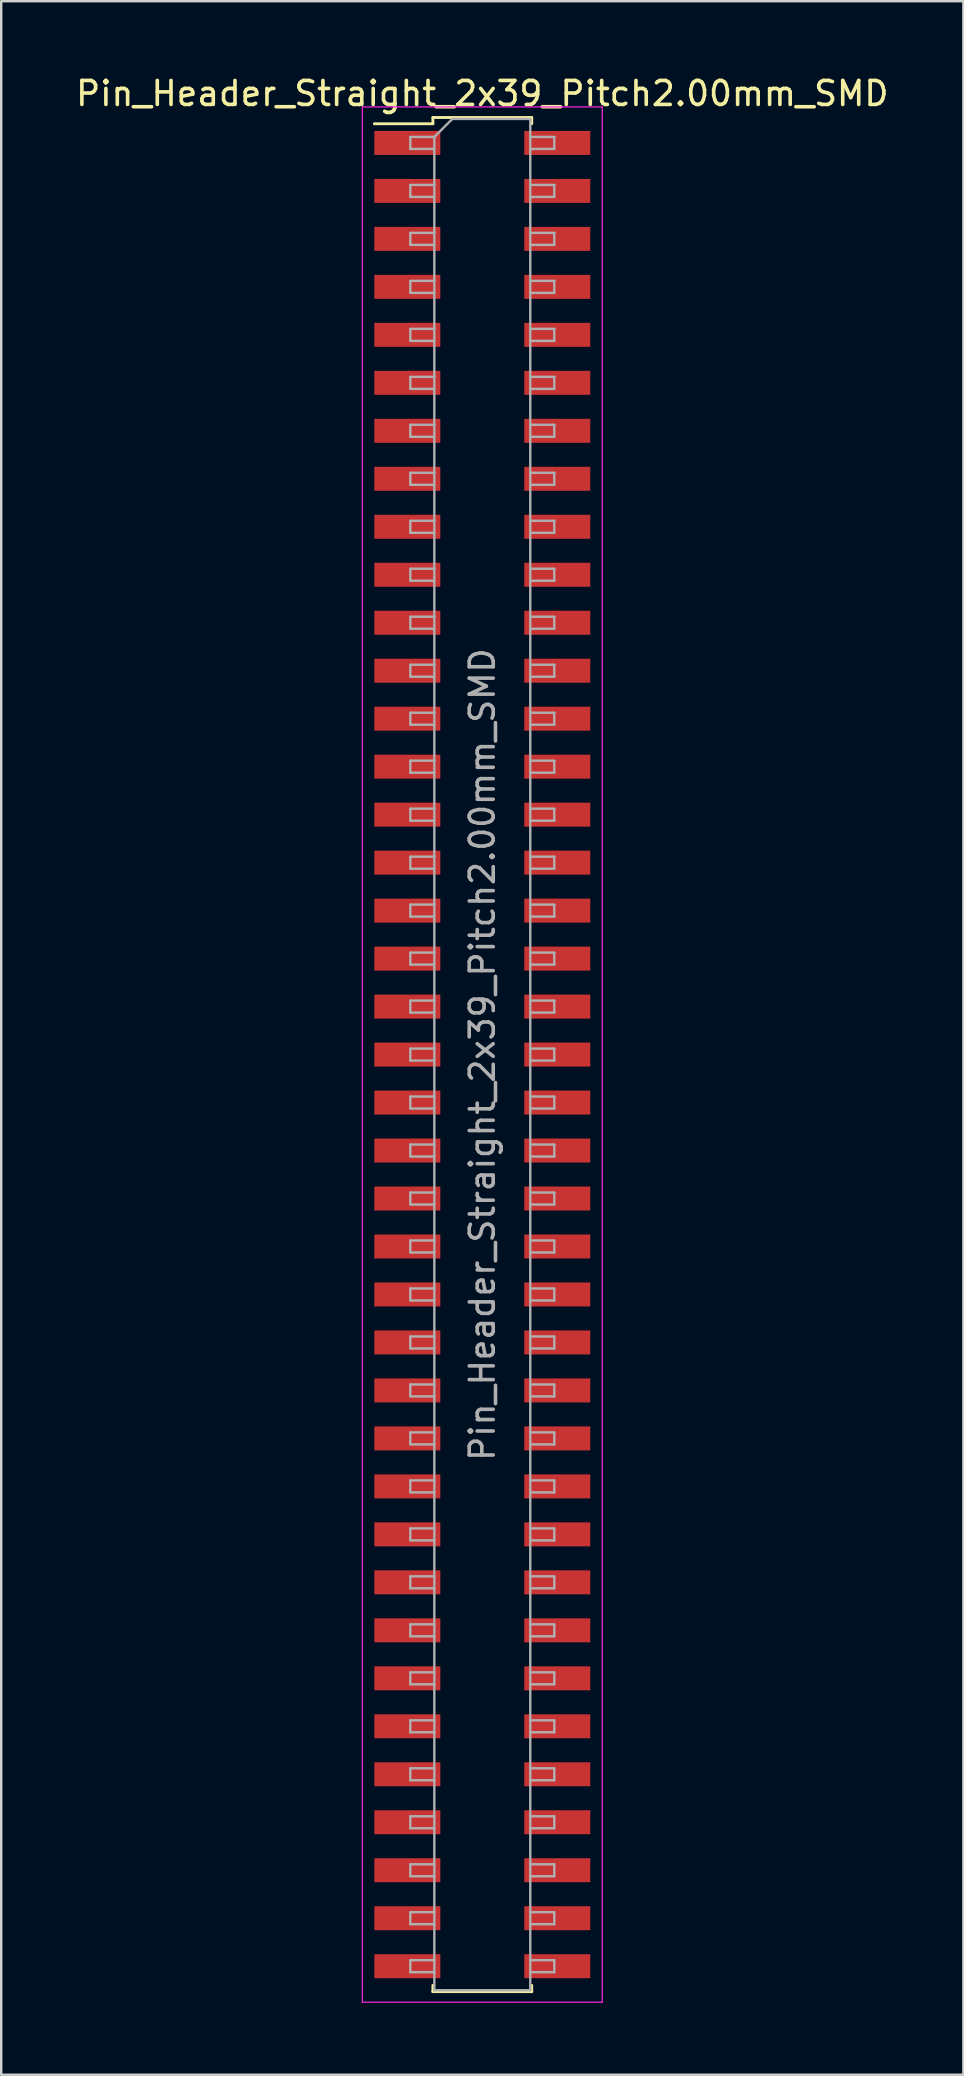
<source format=kicad_pcb>
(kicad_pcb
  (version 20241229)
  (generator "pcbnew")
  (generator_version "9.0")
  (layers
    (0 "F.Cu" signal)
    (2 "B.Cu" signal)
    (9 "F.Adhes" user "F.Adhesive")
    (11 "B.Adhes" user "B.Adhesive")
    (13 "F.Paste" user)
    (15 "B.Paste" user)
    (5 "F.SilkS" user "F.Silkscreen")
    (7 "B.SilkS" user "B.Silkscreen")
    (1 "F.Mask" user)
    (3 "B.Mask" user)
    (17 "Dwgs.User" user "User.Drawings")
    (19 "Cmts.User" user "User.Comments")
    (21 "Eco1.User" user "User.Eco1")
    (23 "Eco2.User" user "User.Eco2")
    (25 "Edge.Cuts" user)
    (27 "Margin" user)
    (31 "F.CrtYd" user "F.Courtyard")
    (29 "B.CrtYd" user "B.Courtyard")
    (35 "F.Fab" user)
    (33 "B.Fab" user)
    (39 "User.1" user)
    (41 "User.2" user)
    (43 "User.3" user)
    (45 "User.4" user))
  (footprint "Pin_Header_Straight_2x39_Pitch2.00mm_SMD"
    (layer "F.Cu")
    (at 17.054 40.908)
    (property "Reference" "Pin_Header_Straight_2x39_Pitch2.00mm_SMD" (at 0 -40.06 0) (layer "F.SilkS") (effects (font (size 1 1) (thickness 0.15))))
    (attr smd)
    (fp_line (start -4.5 -38.8) (end -2.06 -38.8) (stroke (width 0.12) (type solid)) (layer "F.SilkS"))
    (fp_line (start -2.06 -39.06) (end 2.06 -39.06) (stroke (width 0.12) (type solid)) (layer "F.SilkS"))
    (fp_line (start -2.06 -38.8) (end -2.06 -39.06) (stroke (width 0.12) (type solid)) (layer "F.SilkS"))
    (fp_line (start -2.06 38.8) (end -2.06 39.06) (stroke (width 0.12) (type solid)) (layer "F.SilkS"))
    (fp_line (start -2.06 39.06) (end 2.06 39.06) (stroke (width 0.12) (type solid)) (layer "F.SilkS"))
    (fp_line (start 2.06 -39.06) (end 2.06 -38.8) (stroke (width 0.12) (type solid)) (layer "F.SilkS"))
    (fp_line (start 2.06 39.06) (end 2.06 38.8) (stroke (width 0.12) (type solid)) (layer "F.SilkS"))
    (fp_line (start -5 -39.5) (end -5 39.5) (stroke (width 0.05) (type solid)) (layer "F.CrtYd"))
    (fp_line (start -5 39.5) (end 5 39.5) (stroke (width 0.05) (type solid)) (layer "F.CrtYd"))
    (fp_line (start 5 -39.5) (end -5 -39.5) (stroke (width 0.05) (type solid)) (layer "F.CrtYd"))
    (fp_line (start 5 39.5) (end 5 -39.5) (stroke (width 0.05) (type solid)) (layer "F.CrtYd"))
    (fp_line (start -3 -38.25) (end -3 -37.75) (stroke (width 0.1) (type solid)) (layer "F.Fab"))
    (fp_line (start -3 -37.75) (end -2 -37.75) (stroke (width 0.1) (type solid)) (layer "F.Fab"))
    (fp_line (start -3 -36.25) (end -3 -35.75) (stroke (width 0.1) (type solid)) (layer "F.Fab"))
    (fp_line (start -3 -35.75) (end -2 -35.75) (stroke (width 0.1) (type solid)) (layer "F.Fab"))
    (fp_line (start -3 -34.25) (end -3 -33.75) (stroke (width 0.1) (type solid)) (layer "F.Fab"))
    (fp_line (start -3 -33.75) (end -2 -33.75) (stroke (width 0.1) (type solid)) (layer "F.Fab"))
    (fp_line (start -3 -32.25) (end -3 -31.75) (stroke (width 0.1) (type solid)) (layer "F.Fab"))
    (fp_line (start -3 -31.75) (end -2 -31.75) (stroke (width 0.1) (type solid)) (layer "F.Fab"))
    (fp_line (start -3 -30.25) (end -3 -29.75) (stroke (width 0.1) (type solid)) (layer "F.Fab"))
    (fp_line (start -3 -29.75) (end -2 -29.75) (stroke (width 0.1) (type solid)) (layer "F.Fab"))
    (fp_line (start -3 -28.25) (end -3 -27.75) (stroke (width 0.1) (type solid)) (layer "F.Fab"))
    (fp_line (start -3 -27.75) (end -2 -27.75) (stroke (width 0.1) (type solid)) (layer "F.Fab"))
    (fp_line (start -3 -26.25) (end -3 -25.75) (stroke (width 0.1) (type solid)) (layer "F.Fab"))
    (fp_line (start -3 -25.75) (end -2 -25.75) (stroke (width 0.1) (type solid)) (layer "F.Fab"))
    (fp_line (start -3 -24.25) (end -3 -23.75) (stroke (width 0.1) (type solid)) (layer "F.Fab"))
    (fp_line (start -3 -23.75) (end -2 -23.75) (stroke (width 0.1) (type solid)) (layer "F.Fab"))
    (fp_line (start -3 -22.25) (end -3 -21.75) (stroke (width 0.1) (type solid)) (layer "F.Fab"))
    (fp_line (start -3 -21.75) (end -2 -21.75) (stroke (width 0.1) (type solid)) (layer "F.Fab"))
    (fp_line (start -3 -20.25) (end -3 -19.75) (stroke (width 0.1) (type solid)) (layer "F.Fab"))
    (fp_line (start -3 -19.75) (end -2 -19.75) (stroke (width 0.1) (type solid)) (layer "F.Fab"))
    (fp_line (start -3 -18.25) (end -3 -17.75) (stroke (width 0.1) (type solid)) (layer "F.Fab"))
    (fp_line (start -3 -17.75) (end -2 -17.75) (stroke (width 0.1) (type solid)) (layer "F.Fab"))
    (fp_line (start -3 -16.25) (end -3 -15.75) (stroke (width 0.1) (type solid)) (layer "F.Fab"))
    (fp_line (start -3 -15.75) (end -2 -15.75) (stroke (width 0.1) (type solid)) (layer "F.Fab"))
    (fp_line (start -3 -14.25) (end -3 -13.75) (stroke (width 0.1) (type solid)) (layer "F.Fab"))
    (fp_line (start -3 -13.75) (end -2 -13.75) (stroke (width 0.1) (type solid)) (layer "F.Fab"))
    (fp_line (start -3 -12.25) (end -3 -11.75) (stroke (width 0.1) (type solid)) (layer "F.Fab"))
    (fp_line (start -3 -11.75) (end -2 -11.75) (stroke (width 0.1) (type solid)) (layer "F.Fab"))
    (fp_line (start -3 -10.25) (end -3 -9.75) (stroke (width 0.1) (type solid)) (layer "F.Fab"))
    (fp_line (start -3 -9.75) (end -2 -9.75) (stroke (width 0.1) (type solid)) (layer "F.Fab"))
    (fp_line (start -3 -8.25) (end -3 -7.75) (stroke (width 0.1) (type solid)) (layer "F.Fab"))
    (fp_line (start -3 -7.75) (end -2 -7.75) (stroke (width 0.1) (type solid)) (layer "F.Fab"))
    (fp_line (start -3 -6.25) (end -3 -5.75) (stroke (width 0.1) (type solid)) (layer "F.Fab"))
    (fp_line (start -3 -5.75) (end -2 -5.75) (stroke (width 0.1) (type solid)) (layer "F.Fab"))
    (fp_line (start -3 -4.25) (end -3 -3.75) (stroke (width 0.1) (type solid)) (layer "F.Fab"))
    (fp_line (start -3 -3.75) (end -2 -3.75) (stroke (width 0.1) (type solid)) (layer "F.Fab"))
    (fp_line (start -3 -2.25) (end -3 -1.75) (stroke (width 0.1) (type solid)) (layer "F.Fab"))
    (fp_line (start -3 -1.75) (end -2 -1.75) (stroke (width 0.1) (type solid)) (layer "F.Fab"))
    (fp_line (start -3 -0.25) (end -3 0.25) (stroke (width 0.1) (type solid)) (layer "F.Fab"))
    (fp_line (start -3 0.25) (end -2 0.25) (stroke (width 0.1) (type solid)) (layer "F.Fab"))
    (fp_line (start -3 1.75) (end -3 2.25) (stroke (width 0.1) (type solid)) (layer "F.Fab"))
    (fp_line (start -3 2.25) (end -2 2.25) (stroke (width 0.1) (type solid)) (layer "F.Fab"))
    (fp_line (start -3 3.75) (end -3 4.25) (stroke (width 0.1) (type solid)) (layer "F.Fab"))
    (fp_line (start -3 4.25) (end -2 4.25) (stroke (width 0.1) (type solid)) (layer "F.Fab"))
    (fp_line (start -3 5.75) (end -3 6.25) (stroke (width 0.1) (type solid)) (layer "F.Fab"))
    (fp_line (start -3 6.25) (end -2 6.25) (stroke (width 0.1) (type solid)) (layer "F.Fab"))
    (fp_line (start -3 7.75) (end -3 8.25) (stroke (width 0.1) (type solid)) (layer "F.Fab"))
    (fp_line (start -3 8.25) (end -2 8.25) (stroke (width 0.1) (type solid)) (layer "F.Fab"))
    (fp_line (start -3 9.75) (end -3 10.25) (stroke (width 0.1) (type solid)) (layer "F.Fab"))
    (fp_line (start -3 10.25) (end -2 10.25) (stroke (width 0.1) (type solid)) (layer "F.Fab"))
    (fp_line (start -3 11.75) (end -3 12.25) (stroke (width 0.1) (type solid)) (layer "F.Fab"))
    (fp_line (start -3 12.25) (end -2 12.25) (stroke (width 0.1) (type solid)) (layer "F.Fab"))
    (fp_line (start -3 13.75) (end -3 14.25) (stroke (width 0.1) (type solid)) (layer "F.Fab"))
    (fp_line (start -3 14.25) (end -2 14.25) (stroke (width 0.1) (type solid)) (layer "F.Fab"))
    (fp_line (start -3 15.75) (end -3 16.25) (stroke (width 0.1) (type solid)) (layer "F.Fab"))
    (fp_line (start -3 16.25) (end -2 16.25) (stroke (width 0.1) (type solid)) (layer "F.Fab"))
    (fp_line (start -3 17.75) (end -3 18.25) (stroke (width 0.1) (type solid)) (layer "F.Fab"))
    (fp_line (start -3 18.25) (end -2 18.25) (stroke (width 0.1) (type solid)) (layer "F.Fab"))
    (fp_line (start -3 19.75) (end -3 20.25) (stroke (width 0.1) (type solid)) (layer "F.Fab"))
    (fp_line (start -3 20.25) (end -2 20.25) (stroke (width 0.1) (type solid)) (layer "F.Fab"))
    (fp_line (start -3 21.75) (end -3 22.25) (stroke (width 0.1) (type solid)) (layer "F.Fab"))
    (fp_line (start -3 22.25) (end -2 22.25) (stroke (width 0.1) (type solid)) (layer "F.Fab"))
    (fp_line (start -3 23.75) (end -3 24.25) (stroke (width 0.1) (type solid)) (layer "F.Fab"))
    (fp_line (start -3 24.25) (end -2 24.25) (stroke (width 0.1) (type solid)) (layer "F.Fab"))
    (fp_line (start -3 25.75) (end -3 26.25) (stroke (width 0.1) (type solid)) (layer "F.Fab"))
    (fp_line (start -3 26.25) (end -2 26.25) (stroke (width 0.1) (type solid)) (layer "F.Fab"))
    (fp_line (start -3 27.75) (end -3 28.25) (stroke (width 0.1) (type solid)) (layer "F.Fab"))
    (fp_line (start -3 28.25) (end -2 28.25) (stroke (width 0.1) (type solid)) (layer "F.Fab"))
    (fp_line (start -3 29.75) (end -3 30.25) (stroke (width 0.1) (type solid)) (layer "F.Fab"))
    (fp_line (start -3 30.25) (end -2 30.25) (stroke (width 0.1) (type solid)) (layer "F.Fab"))
    (fp_line (start -3 31.75) (end -3 32.25) (stroke (width 0.1) (type solid)) (layer "F.Fab"))
    (fp_line (start -3 32.25) (end -2 32.25) (stroke (width 0.1) (type solid)) (layer "F.Fab"))
    (fp_line (start -3 33.75) (end -3 34.25) (stroke (width 0.1) (type solid)) (layer "F.Fab"))
    (fp_line (start -3 34.25) (end -2 34.25) (stroke (width 0.1) (type solid)) (layer "F.Fab"))
    (fp_line (start -3 35.75) (end -3 36.25) (stroke (width 0.1) (type solid)) (layer "F.Fab"))
    (fp_line (start -3 36.25) (end -2 36.25) (stroke (width 0.1) (type solid)) (layer "F.Fab"))
    (fp_line (start -3 37.75) (end -3 38.25) (stroke (width 0.1) (type solid)) (layer "F.Fab"))
    (fp_line (start -3 38.25) (end -2 38.25) (stroke (width 0.1) (type solid)) (layer "F.Fab"))
    (fp_line (start -2 -38.25) (end -3 -38.25) (stroke (width 0.1) (type solid)) (layer "F.Fab"))
    (fp_line (start -2 -38.25) (end -1.25 -39) (stroke (width 0.1) (type solid)) (layer "F.Fab"))
    (fp_line (start -2 -36.25) (end -3 -36.25) (stroke (width 0.1) (type solid)) (layer "F.Fab"))
    (fp_line (start -2 -34.25) (end -3 -34.25) (stroke (width 0.1) (type solid)) (layer "F.Fab"))
    (fp_line (start -2 -32.25) (end -3 -32.25) (stroke (width 0.1) (type solid)) (layer "F.Fab"))
    (fp_line (start -2 -30.25) (end -3 -30.25) (stroke (width 0.1) (type solid)) (layer "F.Fab"))
    (fp_line (start -2 -28.25) (end -3 -28.25) (stroke (width 0.1) (type solid)) (layer "F.Fab"))
    (fp_line (start -2 -26.25) (end -3 -26.25) (stroke (width 0.1) (type solid)) (layer "F.Fab"))
    (fp_line (start -2 -24.25) (end -3 -24.25) (stroke (width 0.1) (type solid)) (layer "F.Fab"))
    (fp_line (start -2 -22.25) (end -3 -22.25) (stroke (width 0.1) (type solid)) (layer "F.Fab"))
    (fp_line (start -2 -20.25) (end -3 -20.25) (stroke (width 0.1) (type solid)) (layer "F.Fab"))
    (fp_line (start -2 -18.25) (end -3 -18.25) (stroke (width 0.1) (type solid)) (layer "F.Fab"))
    (fp_line (start -2 -16.25) (end -3 -16.25) (stroke (width 0.1) (type solid)) (layer "F.Fab"))
    (fp_line (start -2 -14.25) (end -3 -14.25) (stroke (width 0.1) (type solid)) (layer "F.Fab"))
    (fp_line (start -2 -12.25) (end -3 -12.25) (stroke (width 0.1) (type solid)) (layer "F.Fab"))
    (fp_line (start -2 -10.25) (end -3 -10.25) (stroke (width 0.1) (type solid)) (layer "F.Fab"))
    (fp_line (start -2 -8.25) (end -3 -8.25) (stroke (width 0.1) (type solid)) (layer "F.Fab"))
    (fp_line (start -2 -6.25) (end -3 -6.25) (stroke (width 0.1) (type solid)) (layer "F.Fab"))
    (fp_line (start -2 -4.25) (end -3 -4.25) (stroke (width 0.1) (type solid)) (layer "F.Fab"))
    (fp_line (start -2 -2.25) (end -3 -2.25) (stroke (width 0.1) (type solid)) (layer "F.Fab"))
    (fp_line (start -2 -0.25) (end -3 -0.25) (stroke (width 0.1) (type solid)) (layer "F.Fab"))
    (fp_line (start -2 1.75) (end -3 1.75) (stroke (width 0.1) (type solid)) (layer "F.Fab"))
    (fp_line (start -2 3.75) (end -3 3.75) (stroke (width 0.1) (type solid)) (layer "F.Fab"))
    (fp_line (start -2 5.75) (end -3 5.75) (stroke (width 0.1) (type solid)) (layer "F.Fab"))
    (fp_line (start -2 7.75) (end -3 7.75) (stroke (width 0.1) (type solid)) (layer "F.Fab"))
    (fp_line (start -2 9.75) (end -3 9.75) (stroke (width 0.1) (type solid)) (layer "F.Fab"))
    (fp_line (start -2 11.75) (end -3 11.75) (stroke (width 0.1) (type solid)) (layer "F.Fab"))
    (fp_line (start -2 13.75) (end -3 13.75) (stroke (width 0.1) (type solid)) (layer "F.Fab"))
    (fp_line (start -2 15.75) (end -3 15.75) (stroke (width 0.1) (type solid)) (layer "F.Fab"))
    (fp_line (start -2 17.75) (end -3 17.75) (stroke (width 0.1) (type solid)) (layer "F.Fab"))
    (fp_line (start -2 19.75) (end -3 19.75) (stroke (width 0.1) (type solid)) (layer "F.Fab"))
    (fp_line (start -2 21.75) (end -3 21.75) (stroke (width 0.1) (type solid)) (layer "F.Fab"))
    (fp_line (start -2 23.75) (end -3 23.75) (stroke (width 0.1) (type solid)) (layer "F.Fab"))
    (fp_line (start -2 25.75) (end -3 25.75) (stroke (width 0.1) (type solid)) (layer "F.Fab"))
    (fp_line (start -2 27.75) (end -3 27.75) (stroke (width 0.1) (type solid)) (layer "F.Fab"))
    (fp_line (start -2 29.75) (end -3 29.75) (stroke (width 0.1) (type solid)) (layer "F.Fab"))
    (fp_line (start -2 31.75) (end -3 31.75) (stroke (width 0.1) (type solid)) (layer "F.Fab"))
    (fp_line (start -2 33.75) (end -3 33.75) (stroke (width 0.1) (type solid)) (layer "F.Fab"))
    (fp_line (start -2 35.75) (end -3 35.75) (stroke (width 0.1) (type solid)) (layer "F.Fab"))
    (fp_line (start -2 37.75) (end -3 37.75) (stroke (width 0.1) (type solid)) (layer "F.Fab"))
    (fp_line (start -2 39) (end -2 -38.25) (stroke (width 0.1) (type solid)) (layer "F.Fab"))
    (fp_line (start -1.25 -39) (end 2 -39) (stroke (width 0.1) (type solid)) (layer "F.Fab"))
    (fp_line (start 2 -39) (end 2 39) (stroke (width 0.1) (type solid)) (layer "F.Fab"))
    (fp_line (start 2 -38.25) (end 3 -38.25) (stroke (width 0.1) (type solid)) (layer "F.Fab"))
    (fp_line (start 2 -36.25) (end 3 -36.25) (stroke (width 0.1) (type solid)) (layer "F.Fab"))
    (fp_line (start 2 -34.25) (end 3 -34.25) (stroke (width 0.1) (type solid)) (layer "F.Fab"))
    (fp_line (start 2 -32.25) (end 3 -32.25) (stroke (width 0.1) (type solid)) (layer "F.Fab"))
    (fp_line (start 2 -30.25) (end 3 -30.25) (stroke (width 0.1) (type solid)) (layer "F.Fab"))
    (fp_line (start 2 -28.25) (end 3 -28.25) (stroke (width 0.1) (type solid)) (layer "F.Fab"))
    (fp_line (start 2 -26.25) (end 3 -26.25) (stroke (width 0.1) (type solid)) (layer "F.Fab"))
    (fp_line (start 2 -24.25) (end 3 -24.25) (stroke (width 0.1) (type solid)) (layer "F.Fab"))
    (fp_line (start 2 -22.25) (end 3 -22.25) (stroke (width 0.1) (type solid)) (layer "F.Fab"))
    (fp_line (start 2 -20.25) (end 3 -20.25) (stroke (width 0.1) (type solid)) (layer "F.Fab"))
    (fp_line (start 2 -18.25) (end 3 -18.25) (stroke (width 0.1) (type solid)) (layer "F.Fab"))
    (fp_line (start 2 -16.25) (end 3 -16.25) (stroke (width 0.1) (type solid)) (layer "F.Fab"))
    (fp_line (start 2 -14.25) (end 3 -14.25) (stroke (width 0.1) (type solid)) (layer "F.Fab"))
    (fp_line (start 2 -12.25) (end 3 -12.25) (stroke (width 0.1) (type solid)) (layer "F.Fab"))
    (fp_line (start 2 -10.25) (end 3 -10.25) (stroke (width 0.1) (type solid)) (layer "F.Fab"))
    (fp_line (start 2 -8.25) (end 3 -8.25) (stroke (width 0.1) (type solid)) (layer "F.Fab"))
    (fp_line (start 2 -6.25) (end 3 -6.25) (stroke (width 0.1) (type solid)) (layer "F.Fab"))
    (fp_line (start 2 -4.25) (end 3 -4.25) (stroke (width 0.1) (type solid)) (layer "F.Fab"))
    (fp_line (start 2 -2.25) (end 3 -2.25) (stroke (width 0.1) (type solid)) (layer "F.Fab"))
    (fp_line (start 2 -0.25) (end 3 -0.25) (stroke (width 0.1) (type solid)) (layer "F.Fab"))
    (fp_line (start 2 1.75) (end 3 1.75) (stroke (width 0.1) (type solid)) (layer "F.Fab"))
    (fp_line (start 2 3.75) (end 3 3.75) (stroke (width 0.1) (type solid)) (layer "F.Fab"))
    (fp_line (start 2 5.75) (end 3 5.75) (stroke (width 0.1) (type solid)) (layer "F.Fab"))
    (fp_line (start 2 7.75) (end 3 7.75) (stroke (width 0.1) (type solid)) (layer "F.Fab"))
    (fp_line (start 2 9.75) (end 3 9.75) (stroke (width 0.1) (type solid)) (layer "F.Fab"))
    (fp_line (start 2 11.75) (end 3 11.75) (stroke (width 0.1) (type solid)) (layer "F.Fab"))
    (fp_line (start 2 13.75) (end 3 13.75) (stroke (width 0.1) (type solid)) (layer "F.Fab"))
    (fp_line (start 2 15.75) (end 3 15.75) (stroke (width 0.1) (type solid)) (layer "F.Fab"))
    (fp_line (start 2 17.75) (end 3 17.75) (stroke (width 0.1) (type solid)) (layer "F.Fab"))
    (fp_line (start 2 19.75) (end 3 19.75) (stroke (width 0.1) (type solid)) (layer "F.Fab"))
    (fp_line (start 2 21.75) (end 3 21.75) (stroke (width 0.1) (type solid)) (layer "F.Fab"))
    (fp_line (start 2 23.75) (end 3 23.75) (stroke (width 0.1) (type solid)) (layer "F.Fab"))
    (fp_line (start 2 25.75) (end 3 25.75) (stroke (width 0.1) (type solid)) (layer "F.Fab"))
    (fp_line (start 2 27.75) (end 3 27.75) (stroke (width 0.1) (type solid)) (layer "F.Fab"))
    (fp_line (start 2 29.75) (end 3 29.75) (stroke (width 0.1) (type solid)) (layer "F.Fab"))
    (fp_line (start 2 31.75) (end 3 31.75) (stroke (width 0.1) (type solid)) (layer "F.Fab"))
    (fp_line (start 2 33.75) (end 3 33.75) (stroke (width 0.1) (type solid)) (layer "F.Fab"))
    (fp_line (start 2 35.75) (end 3 35.75) (stroke (width 0.1) (type solid)) (layer "F.Fab"))
    (fp_line (start 2 37.75) (end 3 37.75) (stroke (width 0.1) (type solid)) (layer "F.Fab"))
    (fp_line (start 2 39) (end -2 39) (stroke (width 0.1) (type solid)) (layer "F.Fab"))
    (fp_line (start 3 -38.25) (end 3 -37.75) (stroke (width 0.1) (type solid)) (layer "F.Fab"))
    (fp_line (start 3 -37.75) (end 2 -37.75) (stroke (width 0.1) (type solid)) (layer "F.Fab"))
    (fp_line (start 3 -36.25) (end 3 -35.75) (stroke (width 0.1) (type solid)) (layer "F.Fab"))
    (fp_line (start 3 -35.75) (end 2 -35.75) (stroke (width 0.1) (type solid)) (layer "F.Fab"))
    (fp_line (start 3 -34.25) (end 3 -33.75) (stroke (width 0.1) (type solid)) (layer "F.Fab"))
    (fp_line (start 3 -33.75) (end 2 -33.75) (stroke (width 0.1) (type solid)) (layer "F.Fab"))
    (fp_line (start 3 -32.25) (end 3 -31.75) (stroke (width 0.1) (type solid)) (layer "F.Fab"))
    (fp_line (start 3 -31.75) (end 2 -31.75) (stroke (width 0.1) (type solid)) (layer "F.Fab"))
    (fp_line (start 3 -30.25) (end 3 -29.75) (stroke (width 0.1) (type solid)) (layer "F.Fab"))
    (fp_line (start 3 -29.75) (end 2 -29.75) (stroke (width 0.1) (type solid)) (layer "F.Fab"))
    (fp_line (start 3 -28.25) (end 3 -27.75) (stroke (width 0.1) (type solid)) (layer "F.Fab"))
    (fp_line (start 3 -27.75) (end 2 -27.75) (stroke (width 0.1) (type solid)) (layer "F.Fab"))
    (fp_line (start 3 -26.25) (end 3 -25.75) (stroke (width 0.1) (type solid)) (layer "F.Fab"))
    (fp_line (start 3 -25.75) (end 2 -25.75) (stroke (width 0.1) (type solid)) (layer "F.Fab"))
    (fp_line (start 3 -24.25) (end 3 -23.75) (stroke (width 0.1) (type solid)) (layer "F.Fab"))
    (fp_line (start 3 -23.75) (end 2 -23.75) (stroke (width 0.1) (type solid)) (layer "F.Fab"))
    (fp_line (start 3 -22.25) (end 3 -21.75) (stroke (width 0.1) (type solid)) (layer "F.Fab"))
    (fp_line (start 3 -21.75) (end 2 -21.75) (stroke (width 0.1) (type solid)) (layer "F.Fab"))
    (fp_line (start 3 -20.25) (end 3 -19.75) (stroke (width 0.1) (type solid)) (layer "F.Fab"))
    (fp_line (start 3 -19.75) (end 2 -19.75) (stroke (width 0.1) (type solid)) (layer "F.Fab"))
    (fp_line (start 3 -18.25) (end 3 -17.75) (stroke (width 0.1) (type solid)) (layer "F.Fab"))
    (fp_line (start 3 -17.75) (end 2 -17.75) (stroke (width 0.1) (type solid)) (layer "F.Fab"))
    (fp_line (start 3 -16.25) (end 3 -15.75) (stroke (width 0.1) (type solid)) (layer "F.Fab"))
    (fp_line (start 3 -15.75) (end 2 -15.75) (stroke (width 0.1) (type solid)) (layer "F.Fab"))
    (fp_line (start 3 -14.25) (end 3 -13.75) (stroke (width 0.1) (type solid)) (layer "F.Fab"))
    (fp_line (start 3 -13.75) (end 2 -13.75) (stroke (width 0.1) (type solid)) (layer "F.Fab"))
    (fp_line (start 3 -12.25) (end 3 -11.75) (stroke (width 0.1) (type solid)) (layer "F.Fab"))
    (fp_line (start 3 -11.75) (end 2 -11.75) (stroke (width 0.1) (type solid)) (layer "F.Fab"))
    (fp_line (start 3 -10.25) (end 3 -9.75) (stroke (width 0.1) (type solid)) (layer "F.Fab"))
    (fp_line (start 3 -9.75) (end 2 -9.75) (stroke (width 0.1) (type solid)) (layer "F.Fab"))
    (fp_line (start 3 -8.25) (end 3 -7.75) (stroke (width 0.1) (type solid)) (layer "F.Fab"))
    (fp_line (start 3 -7.75) (end 2 -7.75) (stroke (width 0.1) (type solid)) (layer "F.Fab"))
    (fp_line (start 3 -6.25) (end 3 -5.75) (stroke (width 0.1) (type solid)) (layer "F.Fab"))
    (fp_line (start 3 -5.75) (end 2 -5.75) (stroke (width 0.1) (type solid)) (layer "F.Fab"))
    (fp_line (start 3 -4.25) (end 3 -3.75) (stroke (width 0.1) (type solid)) (layer "F.Fab"))
    (fp_line (start 3 -3.75) (end 2 -3.75) (stroke (width 0.1) (type solid)) (layer "F.Fab"))
    (fp_line (start 3 -2.25) (end 3 -1.75) (stroke (width 0.1) (type solid)) (layer "F.Fab"))
    (fp_line (start 3 -1.75) (end 2 -1.75) (stroke (width 0.1) (type solid)) (layer "F.Fab"))
    (fp_line (start 3 -0.25) (end 3 0.25) (stroke (width 0.1) (type solid)) (layer "F.Fab"))
    (fp_line (start 3 0.25) (end 2 0.25) (stroke (width 0.1) (type solid)) (layer "F.Fab"))
    (fp_line (start 3 1.75) (end 3 2.25) (stroke (width 0.1) (type solid)) (layer "F.Fab"))
    (fp_line (start 3 2.25) (end 2 2.25) (stroke (width 0.1) (type solid)) (layer "F.Fab"))
    (fp_line (start 3 3.75) (end 3 4.25) (stroke (width 0.1) (type solid)) (layer "F.Fab"))
    (fp_line (start 3 4.25) (end 2 4.25) (stroke (width 0.1) (type solid)) (layer "F.Fab"))
    (fp_line (start 3 5.75) (end 3 6.25) (stroke (width 0.1) (type solid)) (layer "F.Fab"))
    (fp_line (start 3 6.25) (end 2 6.25) (stroke (width 0.1) (type solid)) (layer "F.Fab"))
    (fp_line (start 3 7.75) (end 3 8.25) (stroke (width 0.1) (type solid)) (layer "F.Fab"))
    (fp_line (start 3 8.25) (end 2 8.25) (stroke (width 0.1) (type solid)) (layer "F.Fab"))
    (fp_line (start 3 9.75) (end 3 10.25) (stroke (width 0.1) (type solid)) (layer "F.Fab"))
    (fp_line (start 3 10.25) (end 2 10.25) (stroke (width 0.1) (type solid)) (layer "F.Fab"))
    (fp_line (start 3 11.75) (end 3 12.25) (stroke (width 0.1) (type solid)) (layer "F.Fab"))
    (fp_line (start 3 12.25) (end 2 12.25) (stroke (width 0.1) (type solid)) (layer "F.Fab"))
    (fp_line (start 3 13.75) (end 3 14.25) (stroke (width 0.1) (type solid)) (layer "F.Fab"))
    (fp_line (start 3 14.25) (end 2 14.25) (stroke (width 0.1) (type solid)) (layer "F.Fab"))
    (fp_line (start 3 15.75) (end 3 16.25) (stroke (width 0.1) (type solid)) (layer "F.Fab"))
    (fp_line (start 3 16.25) (end 2 16.25) (stroke (width 0.1) (type solid)) (layer "F.Fab"))
    (fp_line (start 3 17.75) (end 3 18.25) (stroke (width 0.1) (type solid)) (layer "F.Fab"))
    (fp_line (start 3 18.25) (end 2 18.25) (stroke (width 0.1) (type solid)) (layer "F.Fab"))
    (fp_line (start 3 19.75) (end 3 20.25) (stroke (width 0.1) (type solid)) (layer "F.Fab"))
    (fp_line (start 3 20.25) (end 2 20.25) (stroke (width 0.1) (type solid)) (layer "F.Fab"))
    (fp_line (start 3 21.75) (end 3 22.25) (stroke (width 0.1) (type solid)) (layer "F.Fab"))
    (fp_line (start 3 22.25) (end 2 22.25) (stroke (width 0.1) (type solid)) (layer "F.Fab"))
    (fp_line (start 3 23.75) (end 3 24.25) (stroke (width 0.1) (type solid)) (layer "F.Fab"))
    (fp_line (start 3 24.25) (end 2 24.25) (stroke (width 0.1) (type solid)) (layer "F.Fab"))
    (fp_line (start 3 25.75) (end 3 26.25) (stroke (width 0.1) (type solid)) (layer "F.Fab"))
    (fp_line (start 3 26.25) (end 2 26.25) (stroke (width 0.1) (type solid)) (layer "F.Fab"))
    (fp_line (start 3 27.75) (end 3 28.25) (stroke (width 0.1) (type solid)) (layer "F.Fab"))
    (fp_line (start 3 28.25) (end 2 28.25) (stroke (width 0.1) (type solid)) (layer "F.Fab"))
    (fp_line (start 3 29.75) (end 3 30.25) (stroke (width 0.1) (type solid)) (layer "F.Fab"))
    (fp_line (start 3 30.25) (end 2 30.25) (stroke (width 0.1) (type solid)) (layer "F.Fab"))
    (fp_line (start 3 31.75) (end 3 32.25) (stroke (width 0.1) (type solid)) (layer "F.Fab"))
    (fp_line (start 3 32.25) (end 2 32.25) (stroke (width 0.1) (type solid)) (layer "F.Fab"))
    (fp_line (start 3 33.75) (end 3 34.25) (stroke (width 0.1) (type solid)) (layer "F.Fab"))
    (fp_line (start 3 34.25) (end 2 34.25) (stroke (width 0.1) (type solid)) (layer "F.Fab"))
    (fp_line (start 3 35.75) (end 3 36.25) (stroke (width 0.1) (type solid)) (layer "F.Fab"))
    (fp_line (start 3 36.25) (end 2 36.25) (stroke (width 0.1) (type solid)) (layer "F.Fab"))
    (fp_line (start 3 37.75) (end 3 38.25) (stroke (width 0.1) (type solid)) (layer "F.Fab"))
    (fp_line (start 3 38.25) (end 2 38.25) (stroke (width 0.1) (type solid)) (layer "F.Fab"))
    (fp_text user "${REFERENCE}" (at 0 0 90) (layer "F.Fab") (effects (font (size 1 1) (thickness 0.15))))
    (pad "1" smd rect (at -3.125 -38) (size 2.75 1) (layers "F.Cu" "F.Mask" "F.Paste"))
    (pad "2" smd rect (at 3.125 -38) (size 2.75 1) (layers "F.Cu" "F.Mask" "F.Paste"))
    (pad "3" smd rect (at -3.125 -36) (size 2.75 1) (layers "F.Cu" "F.Mask" "F.Paste"))
    (pad "4" smd rect (at 3.125 -36) (size 2.75 1) (layers "F.Cu" "F.Mask" "F.Paste"))
    (pad "5" smd rect (at -3.125 -34) (size 2.75 1) (layers "F.Cu" "F.Mask" "F.Paste"))
    (pad "6" smd rect (at 3.125 -34) (size 2.75 1) (layers "F.Cu" "F.Mask" "F.Paste"))
    (pad "7" smd rect (at -3.125 -32) (size 2.75 1) (layers "F.Cu" "F.Mask" "F.Paste"))
    (pad "8" smd rect (at 3.125 -32) (size 2.75 1) (layers "F.Cu" "F.Mask" "F.Paste"))
    (pad "9" smd rect (at -3.125 -30) (size 2.75 1) (layers "F.Cu" "F.Mask" "F.Paste"))
    (pad "10" smd rect (at 3.125 -30) (size 2.75 1) (layers "F.Cu" "F.Mask" "F.Paste"))
    (pad "11" smd rect (at -3.125 -28) (size 2.75 1) (layers "F.Cu" "F.Mask" "F.Paste"))
    (pad "12" smd rect (at 3.125 -28) (size 2.75 1) (layers "F.Cu" "F.Mask" "F.Paste"))
    (pad "13" smd rect (at -3.125 -26) (size 2.75 1) (layers "F.Cu" "F.Mask" "F.Paste"))
    (pad "14" smd rect (at 3.125 -26) (size 2.75 1) (layers "F.Cu" "F.Mask" "F.Paste"))
    (pad "15" smd rect (at -3.125 -24) (size 2.75 1) (layers "F.Cu" "F.Mask" "F.Paste"))
    (pad "16" smd rect (at 3.125 -24) (size 2.75 1) (layers "F.Cu" "F.Mask" "F.Paste"))
    (pad "17" smd rect (at -3.125 -22) (size 2.75 1) (layers "F.Cu" "F.Mask" "F.Paste"))
    (pad "18" smd rect (at 3.125 -22) (size 2.75 1) (layers "F.Cu" "F.Mask" "F.Paste"))
    (pad "19" smd rect (at -3.125 -20) (size 2.75 1) (layers "F.Cu" "F.Mask" "F.Paste"))
    (pad "20" smd rect (at 3.125 -20) (size 2.75 1) (layers "F.Cu" "F.Mask" "F.Paste"))
    (pad "21" smd rect (at -3.125 -18) (size 2.75 1) (layers "F.Cu" "F.Mask" "F.Paste"))
    (pad "22" smd rect (at 3.125 -18) (size 2.75 1) (layers "F.Cu" "F.Mask" "F.Paste"))
    (pad "23" smd rect (at -3.125 -16) (size 2.75 1) (layers "F.Cu" "F.Mask" "F.Paste"))
    (pad "24" smd rect (at 3.125 -16) (size 2.75 1) (layers "F.Cu" "F.Mask" "F.Paste"))
    (pad "25" smd rect (at -3.125 -14) (size 2.75 1) (layers "F.Cu" "F.Mask" "F.Paste"))
    (pad "26" smd rect (at 3.125 -14) (size 2.75 1) (layers "F.Cu" "F.Mask" "F.Paste"))
    (pad "27" smd rect (at -3.125 -12) (size 2.75 1) (layers "F.Cu" "F.Mask" "F.Paste"))
    (pad "28" smd rect (at 3.125 -12) (size 2.75 1) (layers "F.Cu" "F.Mask" "F.Paste"))
    (pad "29" smd rect (at -3.125 -10) (size 2.75 1) (layers "F.Cu" "F.Mask" "F.Paste"))
    (pad "30" smd rect (at 3.125 -10) (size 2.75 1) (layers "F.Cu" "F.Mask" "F.Paste"))
    (pad "31" smd rect (at -3.125 -8) (size 2.75 1) (layers "F.Cu" "F.Mask" "F.Paste"))
    (pad "32" smd rect (at 3.125 -8) (size 2.75 1) (layers "F.Cu" "F.Mask" "F.Paste"))
    (pad "33" smd rect (at -3.125 -6) (size 2.75 1) (layers "F.Cu" "F.Mask" "F.Paste"))
    (pad "34" smd rect (at 3.125 -6) (size 2.75 1) (layers "F.Cu" "F.Mask" "F.Paste"))
    (pad "35" smd rect (at -3.125 -4) (size 2.75 1) (layers "F.Cu" "F.Mask" "F.Paste"))
    (pad "36" smd rect (at 3.125 -4) (size 2.75 1) (layers "F.Cu" "F.Mask" "F.Paste"))
    (pad "37" smd rect (at -3.125 -2) (size 2.75 1) (layers "F.Cu" "F.Mask" "F.Paste"))
    (pad "38" smd rect (at 3.125 -2) (size 2.75 1) (layers "F.Cu" "F.Mask" "F.Paste"))
    (pad "39" smd rect (at -3.125 0) (size 2.75 1) (layers "F.Cu" "F.Mask" "F.Paste"))
    (pad "40" smd rect (at 3.125 0) (size 2.75 1) (layers "F.Cu" "F.Mask" "F.Paste"))
    (pad "41" smd rect (at -3.125 2) (size 2.75 1) (layers "F.Cu" "F.Mask" "F.Paste"))
    (pad "42" smd rect (at 3.125 2) (size 2.75 1) (layers "F.Cu" "F.Mask" "F.Paste"))
    (pad "43" smd rect (at -3.125 4) (size 2.75 1) (layers "F.Cu" "F.Mask" "F.Paste"))
    (pad "44" smd rect (at 3.125 4) (size 2.75 1) (layers "F.Cu" "F.Mask" "F.Paste"))
    (pad "45" smd rect (at -3.125 6) (size 2.75 1) (layers "F.Cu" "F.Mask" "F.Paste"))
    (pad "46" smd rect (at 3.125 6) (size 2.75 1) (layers "F.Cu" "F.Mask" "F.Paste"))
    (pad "47" smd rect (at -3.125 8) (size 2.75 1) (layers "F.Cu" "F.Mask" "F.Paste"))
    (pad "48" smd rect (at 3.125 8) (size 2.75 1) (layers "F.Cu" "F.Mask" "F.Paste"))
    (pad "49" smd rect (at -3.125 10) (size 2.75 1) (layers "F.Cu" "F.Mask" "F.Paste"))
    (pad "50" smd rect (at 3.125 10) (size 2.75 1) (layers "F.Cu" "F.Mask" "F.Paste"))
    (pad "51" smd rect (at -3.125 12) (size 2.75 1) (layers "F.Cu" "F.Mask" "F.Paste"))
    (pad "52" smd rect (at 3.125 12) (size 2.75 1) (layers "F.Cu" "F.Mask" "F.Paste"))
    (pad "53" smd rect (at -3.125 14) (size 2.75 1) (layers "F.Cu" "F.Mask" "F.Paste"))
    (pad "54" smd rect (at 3.125 14) (size 2.75 1) (layers "F.Cu" "F.Mask" "F.Paste"))
    (pad "55" smd rect (at -3.125 16) (size 2.75 1) (layers "F.Cu" "F.Mask" "F.Paste"))
    (pad "56" smd rect (at 3.125 16) (size 2.75 1) (layers "F.Cu" "F.Mask" "F.Paste"))
    (pad "57" smd rect (at -3.125 18) (size 2.75 1) (layers "F.Cu" "F.Mask" "F.Paste"))
    (pad "58" smd rect (at 3.125 18) (size 2.75 1) (layers "F.Cu" "F.Mask" "F.Paste"))
    (pad "59" smd rect (at -3.125 20) (size 2.75 1) (layers "F.Cu" "F.Mask" "F.Paste"))
    (pad "60" smd rect (at 3.125 20) (size 2.75 1) (layers "F.Cu" "F.Mask" "F.Paste"))
    (pad "61" smd rect (at -3.125 22) (size 2.75 1) (layers "F.Cu" "F.Mask" "F.Paste"))
    (pad "62" smd rect (at 3.125 22) (size 2.75 1) (layers "F.Cu" "F.Mask" "F.Paste"))
    (pad "63" smd rect (at -3.125 24) (size 2.75 1) (layers "F.Cu" "F.Mask" "F.Paste"))
    (pad "64" smd rect (at 3.125 24) (size 2.75 1) (layers "F.Cu" "F.Mask" "F.Paste"))
    (pad "65" smd rect (at -3.125 26) (size 2.75 1) (layers "F.Cu" "F.Mask" "F.Paste"))
    (pad "66" smd rect (at 3.125 26) (size 2.75 1) (layers "F.Cu" "F.Mask" "F.Paste"))
    (pad "67" smd rect (at -3.125 28) (size 2.75 1) (layers "F.Cu" "F.Mask" "F.Paste"))
    (pad "68" smd rect (at 3.125 28) (size 2.75 1) (layers "F.Cu" "F.Mask" "F.Paste"))
    (pad "69" smd rect (at -3.125 30) (size 2.75 1) (layers "F.Cu" "F.Mask" "F.Paste"))
    (pad "70" smd rect (at 3.125 30) (size 2.75 1) (layers "F.Cu" "F.Mask" "F.Paste"))
    (pad "71" smd rect (at -3.125 32) (size 2.75 1) (layers "F.Cu" "F.Mask" "F.Paste"))
    (pad "72" smd rect (at 3.125 32) (size 2.75 1) (layers "F.Cu" "F.Mask" "F.Paste"))
    (pad "73" smd rect (at -3.125 34) (size 2.75 1) (layers "F.Cu" "F.Mask" "F.Paste"))
    (pad "74" smd rect (at 3.125 34) (size 2.75 1) (layers "F.Cu" "F.Mask" "F.Paste"))
    (pad "75" smd rect (at -3.125 36) (size 2.75 1) (layers "F.Cu" "F.Mask" "F.Paste"))
    (pad "76" smd rect (at 3.125 36) (size 2.75 1) (layers "F.Cu" "F.Mask" "F.Paste"))
    (pad "77" smd rect (at -3.125 38) (size 2.75 1) (layers "F.Cu" "F.Mask" "F.Paste"))
    (pad "78" smd rect (at 3.125 38) (size 2.75 1) (layers "F.Cu" "F.Mask" "F.Paste")))
  (gr_rect
    (start -3 -3)
    (end 37.107 83.433)
    (stroke (width 0.1) (type default))
    (fill no)
    (layer "Edge.Cuts")))
</source>
